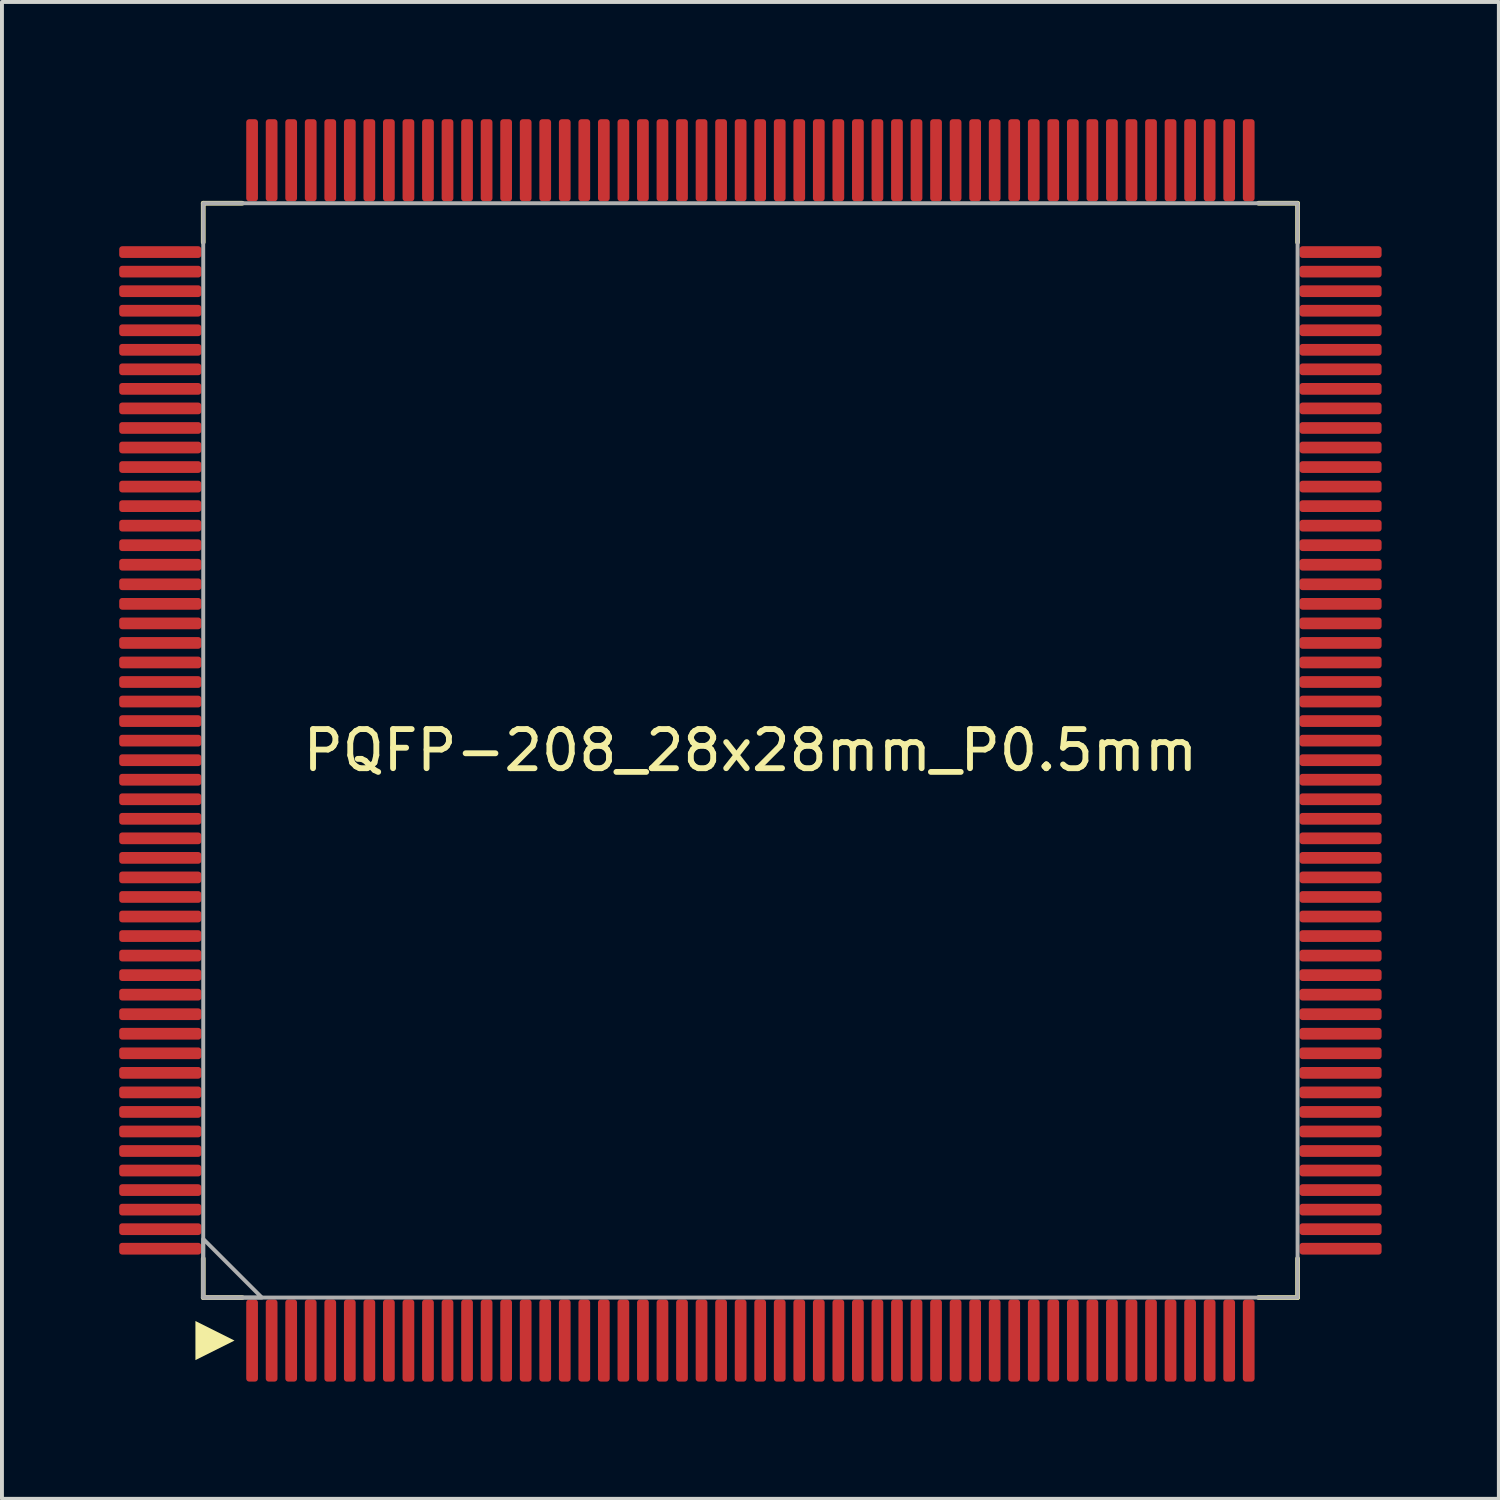
<source format=kicad_pcb>
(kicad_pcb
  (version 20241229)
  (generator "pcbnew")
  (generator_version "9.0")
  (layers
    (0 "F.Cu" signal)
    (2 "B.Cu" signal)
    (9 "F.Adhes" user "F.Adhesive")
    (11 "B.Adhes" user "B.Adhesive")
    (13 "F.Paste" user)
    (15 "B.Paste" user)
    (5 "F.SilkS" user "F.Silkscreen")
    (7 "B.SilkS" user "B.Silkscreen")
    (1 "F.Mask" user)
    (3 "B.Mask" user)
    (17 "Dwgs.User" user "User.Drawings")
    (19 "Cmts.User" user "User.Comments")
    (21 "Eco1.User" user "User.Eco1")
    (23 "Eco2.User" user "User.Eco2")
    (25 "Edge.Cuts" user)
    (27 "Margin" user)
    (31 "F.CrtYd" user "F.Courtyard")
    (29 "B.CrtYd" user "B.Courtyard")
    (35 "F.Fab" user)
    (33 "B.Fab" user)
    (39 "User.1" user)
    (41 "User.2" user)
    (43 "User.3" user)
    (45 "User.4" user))
  (footprint "PQFP-208_28x28mm_P0.5mm"
    (layer "F.Cu")
    (at 16.15 16.15)
    (property "Reference" "PQFP-208_28x28mm_P0.5mm" (at 0 0 0) (layer "F.SilkS") (effects (font (size 1 1) (thickness 0.15))))
    (attr smd)
    (fp_line (start -14 -13) (end -14 -14) (stroke (width 0.12) (type default)) (layer "F.SilkS"))
    (fp_line (start -14 13) (end -14 14) (stroke (width 0.12) (type default)) (layer "F.SilkS"))
    (fp_line (start -13 -14) (end -14 -14) (stroke (width 0.12) (type default)) (layer "F.SilkS"))
    (fp_line (start -13 14) (end -14 14) (stroke (width 0.12) (type default)) (layer "F.SilkS"))
    (fp_line (start 13 -14) (end 14 -14) (stroke (width 0.12) (type default)) (layer "F.SilkS"))
    (fp_line (start 13 14) (end 14 14) (stroke (width 0.12) (type default)) (layer "F.SilkS"))
    (fp_line (start 14 -13) (end 14 -14) (stroke (width 0.12) (type default)) (layer "F.SilkS"))
    (fp_line (start 14 13) (end 14 14) (stroke (width 0.12) (type default)) (layer "F.SilkS"))
    (fp_poly (pts (xy -14.2 15.6) (xy -14.2 14.6) (xy -13.2 15.1)) (stroke (width 0) (type solid)) (fill yes) (layer "F.SilkS"))
    (fp_rect (start -14 -14) (end 14 14) (stroke (width 0.1) (type default)) (fill no) (layer "F.Fab"))
    (fp_poly (pts (xy -14 12.5) (xy -12.5 14) (xy -14 14)) (stroke (width 0.1) (type solid)) (fill no) (layer "F.Fab"))
    (pad "1" smd roundrect (at -12.75 15.1) (size 0.3 2.1) (layers "F.Cu" "F.Mask" "F.Paste") (roundrect_rratio 0.25))
    (pad "2" smd roundrect (at -12.25 15.1) (size 0.3 2.1) (layers "F.Cu" "F.Mask" "F.Paste") (roundrect_rratio 0.25))
    (pad "3" smd roundrect (at -11.75 15.1) (size 0.3 2.1) (layers "F.Cu" "F.Mask" "F.Paste") (roundrect_rratio 0.25))
    (pad "4" smd roundrect (at -11.25 15.1) (size 0.3 2.1) (layers "F.Cu" "F.Mask" "F.Paste") (roundrect_rratio 0.25))
    (pad "5" smd roundrect (at -10.75 15.1) (size 0.3 2.1) (layers "F.Cu" "F.Mask" "F.Paste") (roundrect_rratio 0.25))
    (pad "6" smd roundrect (at -10.25 15.1) (size 0.3 2.1) (layers "F.Cu" "F.Mask" "F.Paste") (roundrect_rratio 0.25))
    (pad "7" smd roundrect (at -9.75 15.1) (size 0.3 2.1) (layers "F.Cu" "F.Mask" "F.Paste") (roundrect_rratio 0.25))
    (pad "8" smd roundrect (at -9.25 15.1) (size 0.3 2.1) (layers "F.Cu" "F.Mask" "F.Paste") (roundrect_rratio 0.25))
    (pad "9" smd roundrect (at -8.75 15.1) (size 0.3 2.1) (layers "F.Cu" "F.Mask" "F.Paste") (roundrect_rratio 0.25))
    (pad "10" smd roundrect (at -8.25 15.1) (size 0.3 2.1) (layers "F.Cu" "F.Mask" "F.Paste") (roundrect_rratio 0.25))
    (pad "11" smd roundrect (at -7.75 15.1) (size 0.3 2.1) (layers "F.Cu" "F.Mask" "F.Paste") (roundrect_rratio 0.25))
    (pad "12" smd roundrect (at -7.25 15.1) (size 0.3 2.1) (layers "F.Cu" "F.Mask" "F.Paste") (roundrect_rratio 0.25))
    (pad "13" smd roundrect (at -6.75 15.1) (size 0.3 2.1) (layers "F.Cu" "F.Mask" "F.Paste") (roundrect_rratio 0.25))
    (pad "14" smd roundrect (at -6.25 15.1) (size 0.3 2.1) (layers "F.Cu" "F.Mask" "F.Paste") (roundrect_rratio 0.25))
    (pad "15" smd roundrect (at -5.75 15.1) (size 0.3 2.1) (layers "F.Cu" "F.Mask" "F.Paste") (roundrect_rratio 0.25))
    (pad "16" smd roundrect (at -5.25 15.1) (size 0.3 2.1) (layers "F.Cu" "F.Mask" "F.Paste") (roundrect_rratio 0.25))
    (pad "17" smd roundrect (at -4.75 15.1) (size 0.3 2.1) (layers "F.Cu" "F.Mask" "F.Paste") (roundrect_rratio 0.25))
    (pad "18" smd roundrect (at -4.25 15.1) (size 0.3 2.1) (layers "F.Cu" "F.Mask" "F.Paste") (roundrect_rratio 0.25))
    (pad "19" smd roundrect (at -3.75 15.1) (size 0.3 2.1) (layers "F.Cu" "F.Mask" "F.Paste") (roundrect_rratio 0.25))
    (pad "20" smd roundrect (at -3.25 15.1) (size 0.3 2.1) (layers "F.Cu" "F.Mask" "F.Paste") (roundrect_rratio 0.25))
    (pad "21" smd roundrect (at -2.75 15.1) (size 0.3 2.1) (layers "F.Cu" "F.Mask" "F.Paste") (roundrect_rratio 0.25))
    (pad "22" smd roundrect (at -2.25 15.1) (size 0.3 2.1) (layers "F.Cu" "F.Mask" "F.Paste") (roundrect_rratio 0.25))
    (pad "23" smd roundrect (at -1.75 15.1) (size 0.3 2.1) (layers "F.Cu" "F.Mask" "F.Paste") (roundrect_rratio 0.25))
    (pad "24" smd roundrect (at -1.25 15.1) (size 0.3 2.1) (layers "F.Cu" "F.Mask" "F.Paste") (roundrect_rratio 0.25))
    (pad "25" smd roundrect (at -0.75 15.1) (size 0.3 2.1) (layers "F.Cu" "F.Mask" "F.Paste") (roundrect_rratio 0.25))
    (pad "26" smd roundrect (at -0.25 15.1) (size 0.3 2.1) (layers "F.Cu" "F.Mask" "F.Paste") (roundrect_rratio 0.25))
    (pad "27" smd roundrect (at 0.25 15.1) (size 0.3 2.1) (layers "F.Cu" "F.Mask" "F.Paste") (roundrect_rratio 0.25))
    (pad "28" smd roundrect (at 0.75 15.1) (size 0.3 2.1) (layers "F.Cu" "F.Mask" "F.Paste") (roundrect_rratio 0.25))
    (pad "29" smd roundrect (at 1.25 15.1) (size 0.3 2.1) (layers "F.Cu" "F.Mask" "F.Paste") (roundrect_rratio 0.25))
    (pad "30" smd roundrect (at 1.75 15.1) (size 0.3 2.1) (layers "F.Cu" "F.Mask" "F.Paste") (roundrect_rratio 0.25))
    (pad "31" smd roundrect (at 2.25 15.1) (size 0.3 2.1) (layers "F.Cu" "F.Mask" "F.Paste") (roundrect_rratio 0.25))
    (pad "32" smd roundrect (at 2.75 15.1) (size 0.3 2.1) (layers "F.Cu" "F.Mask" "F.Paste") (roundrect_rratio 0.25))
    (pad "33" smd roundrect (at 3.25 15.1) (size 0.3 2.1) (layers "F.Cu" "F.Mask" "F.Paste") (roundrect_rratio 0.25))
    (pad "34" smd roundrect (at 3.75 15.1) (size 0.3 2.1) (layers "F.Cu" "F.Mask" "F.Paste") (roundrect_rratio 0.25))
    (pad "35" smd roundrect (at 4.25 15.1) (size 0.3 2.1) (layers "F.Cu" "F.Mask" "F.Paste") (roundrect_rratio 0.25))
    (pad "36" smd roundrect (at 4.75 15.1) (size 0.3 2.1) (layers "F.Cu" "F.Mask" "F.Paste") (roundrect_rratio 0.25))
    (pad "37" smd roundrect (at 5.25 15.1) (size 0.3 2.1) (layers "F.Cu" "F.Mask" "F.Paste") (roundrect_rratio 0.25))
    (pad "38" smd roundrect (at 5.75 15.1) (size 0.3 2.1) (layers "F.Cu" "F.Mask" "F.Paste") (roundrect_rratio 0.25))
    (pad "39" smd roundrect (at 6.25 15.1) (size 0.3 2.1) (layers "F.Cu" "F.Mask" "F.Paste") (roundrect_rratio 0.25))
    (pad "40" smd roundrect (at 6.75 15.1) (size 0.3 2.1) (layers "F.Cu" "F.Mask" "F.Paste") (roundrect_rratio 0.25))
    (pad "41" smd roundrect (at 7.25 15.1) (size 0.3 2.1) (layers "F.Cu" "F.Mask" "F.Paste") (roundrect_rratio 0.25))
    (pad "42" smd roundrect (at 7.75 15.1) (size 0.3 2.1) (layers "F.Cu" "F.Mask" "F.Paste") (roundrect_rratio 0.25))
    (pad "43" smd roundrect (at 8.25 15.1) (size 0.3 2.1) (layers "F.Cu" "F.Mask" "F.Paste") (roundrect_rratio 0.25))
    (pad "44" smd roundrect (at 8.75 15.1) (size 0.3 2.1) (layers "F.Cu" "F.Mask" "F.Paste") (roundrect_rratio 0.25))
    (pad "45" smd roundrect (at 9.25 15.1) (size 0.3 2.1) (layers "F.Cu" "F.Mask" "F.Paste") (roundrect_rratio 0.25))
    (pad "46" smd roundrect (at 9.75 15.1) (size 0.3 2.1) (layers "F.Cu" "F.Mask" "F.Paste") (roundrect_rratio 0.25))
    (pad "47" smd roundrect (at 10.25 15.1) (size 0.3 2.1) (layers "F.Cu" "F.Mask" "F.Paste") (roundrect_rratio 0.25))
    (pad "48" smd roundrect (at 10.75 15.1) (size 0.3 2.1) (layers "F.Cu" "F.Mask" "F.Paste") (roundrect_rratio 0.25))
    (pad "49" smd roundrect (at 11.25 15.1) (size 0.3 2.1) (layers "F.Cu" "F.Mask" "F.Paste") (roundrect_rratio 0.25))
    (pad "50" smd roundrect (at 11.75 15.1) (size 0.3 2.1) (layers "F.Cu" "F.Mask" "F.Paste") (roundrect_rratio 0.25))
    (pad "51" smd roundrect (at 12.25 15.1) (size 0.3 2.1) (layers "F.Cu" "F.Mask" "F.Paste") (roundrect_rratio 0.25))
    (pad "52" smd roundrect (at 12.75 15.1) (size 0.3 2.1) (layers "F.Cu" "F.Mask" "F.Paste") (roundrect_rratio 0.25))
    (pad "53" smd roundrect (at 15.1 12.75 90) (size 0.3 2.1) (layers "F.Cu" "F.Mask" "F.Paste") (roundrect_rratio 0.25))
    (pad "54" smd roundrect (at 15.1 12.25 90) (size 0.3 2.1) (layers "F.Cu" "F.Mask" "F.Paste") (roundrect_rratio 0.25))
    (pad "55" smd roundrect (at 15.1 11.75 90) (size 0.3 2.1) (layers "F.Cu" "F.Mask" "F.Paste") (roundrect_rratio 0.25))
    (pad "56" smd roundrect (at 15.1 11.25 90) (size 0.3 2.1) (layers "F.Cu" "F.Mask" "F.Paste") (roundrect_rratio 0.25))
    (pad "57" smd roundrect (at 15.1 10.75 90) (size 0.3 2.1) (layers "F.Cu" "F.Mask" "F.Paste") (roundrect_rratio 0.25))
    (pad "58" smd roundrect (at 15.1 10.25 90) (size 0.3 2.1) (layers "F.Cu" "F.Mask" "F.Paste") (roundrect_rratio 0.25))
    (pad "59" smd roundrect (at 15.1 9.75 90) (size 0.3 2.1) (layers "F.Cu" "F.Mask" "F.Paste") (roundrect_rratio 0.25))
    (pad "60" smd roundrect (at 15.1 9.25 90) (size 0.3 2.1) (layers "F.Cu" "F.Mask" "F.Paste") (roundrect_rratio 0.25))
    (pad "61" smd roundrect (at 15.1 8.75 90) (size 0.3 2.1) (layers "F.Cu" "F.Mask" "F.Paste") (roundrect_rratio 0.25))
    (pad "62" smd roundrect (at 15.1 8.25 90) (size 0.3 2.1) (layers "F.Cu" "F.Mask" "F.Paste") (roundrect_rratio 0.25))
    (pad "63" smd roundrect (at 15.1 7.75 90) (size 0.3 2.1) (layers "F.Cu" "F.Mask" "F.Paste") (roundrect_rratio 0.25))
    (pad "64" smd roundrect (at 15.1 7.25 90) (size 0.3 2.1) (layers "F.Cu" "F.Mask" "F.Paste") (roundrect_rratio 0.25))
    (pad "65" smd roundrect (at 15.1 6.75 90) (size 0.3 2.1) (layers "F.Cu" "F.Mask" "F.Paste") (roundrect_rratio 0.25))
    (pad "66" smd roundrect (at 15.1 6.25 90) (size 0.3 2.1) (layers "F.Cu" "F.Mask" "F.Paste") (roundrect_rratio 0.25))
    (pad "67" smd roundrect (at 15.1 5.75 90) (size 0.3 2.1) (layers "F.Cu" "F.Mask" "F.Paste") (roundrect_rratio 0.25))
    (pad "68" smd roundrect (at 15.1 5.25 90) (size 0.3 2.1) (layers "F.Cu" "F.Mask" "F.Paste") (roundrect_rratio 0.25))
    (pad "69" smd roundrect (at 15.1 4.75 90) (size 0.3 2.1) (layers "F.Cu" "F.Mask" "F.Paste") (roundrect_rratio 0.25))
    (pad "70" smd roundrect (at 15.1 4.25 90) (size 0.3 2.1) (layers "F.Cu" "F.Mask" "F.Paste") (roundrect_rratio 0.25))
    (pad "71" smd roundrect (at 15.1 3.75 90) (size 0.3 2.1) (layers "F.Cu" "F.Mask" "F.Paste") (roundrect_rratio 0.25))
    (pad "72" smd roundrect (at 15.1 3.25 90) (size 0.3 2.1) (layers "F.Cu" "F.Mask" "F.Paste") (roundrect_rratio 0.25))
    (pad "73" smd roundrect (at 15.1 2.75 90) (size 0.3 2.1) (layers "F.Cu" "F.Mask" "F.Paste") (roundrect_rratio 0.25))
    (pad "74" smd roundrect (at 15.1 2.25 90) (size 0.3 2.1) (layers "F.Cu" "F.Mask" "F.Paste") (roundrect_rratio 0.25))
    (pad "75" smd roundrect (at 15.1 1.75 90) (size 0.3 2.1) (layers "F.Cu" "F.Mask" "F.Paste") (roundrect_rratio 0.25))
    (pad "76" smd roundrect (at 15.1 1.25 90) (size 0.3 2.1) (layers "F.Cu" "F.Mask" "F.Paste") (roundrect_rratio 0.25))
    (pad "77" smd roundrect (at 15.1 0.75 90) (size 0.3 2.1) (layers "F.Cu" "F.Mask" "F.Paste") (roundrect_rratio 0.25))
    (pad "78" smd roundrect (at 15.1 0.25 90) (size 0.3 2.1) (layers "F.Cu" "F.Mask" "F.Paste") (roundrect_rratio 0.25))
    (pad "79" smd roundrect (at 15.1 -0.25 90) (size 0.3 2.1) (layers "F.Cu" "F.Mask" "F.Paste") (roundrect_rratio 0.25))
    (pad "80" smd roundrect (at 15.1 -0.75 90) (size 0.3 2.1) (layers "F.Cu" "F.Mask" "F.Paste") (roundrect_rratio 0.25))
    (pad "81" smd roundrect (at 15.1 -1.25 90) (size 0.3 2.1) (layers "F.Cu" "F.Mask" "F.Paste") (roundrect_rratio 0.25))
    (pad "82" smd roundrect (at 15.1 -1.75 90) (size 0.3 2.1) (layers "F.Cu" "F.Mask" "F.Paste") (roundrect_rratio 0.25))
    (pad "83" smd roundrect (at 15.1 -2.25 90) (size 0.3 2.1) (layers "F.Cu" "F.Mask" "F.Paste") (roundrect_rratio 0.25))
    (pad "84" smd roundrect (at 15.1 -2.75 90) (size 0.3 2.1) (layers "F.Cu" "F.Mask" "F.Paste") (roundrect_rratio 0.25))
    (pad "85" smd roundrect (at 15.1 -3.25 90) (size 0.3 2.1) (layers "F.Cu" "F.Mask" "F.Paste") (roundrect_rratio 0.25))
    (pad "86" smd roundrect (at 15.1 -3.75 90) (size 0.3 2.1) (layers "F.Cu" "F.Mask" "F.Paste") (roundrect_rratio 0.25))
    (pad "87" smd roundrect (at 15.1 -4.25 90) (size 0.3 2.1) (layers "F.Cu" "F.Mask" "F.Paste") (roundrect_rratio 0.25))
    (pad "88" smd roundrect (at 15.1 -4.75 90) (size 0.3 2.1) (layers "F.Cu" "F.Mask" "F.Paste") (roundrect_rratio 0.25))
    (pad "89" smd roundrect (at 15.1 -5.25 90) (size 0.3 2.1) (layers "F.Cu" "F.Mask" "F.Paste") (roundrect_rratio 0.25))
    (pad "90" smd roundrect (at 15.1 -5.75 90) (size 0.3 2.1) (layers "F.Cu" "F.Mask" "F.Paste") (roundrect_rratio 0.25))
    (pad "91" smd roundrect (at 15.1 -6.25 90) (size 0.3 2.1) (layers "F.Cu" "F.Mask" "F.Paste") (roundrect_rratio 0.25))
    (pad "92" smd roundrect (at 15.1 -6.75 90) (size 0.3 2.1) (layers "F.Cu" "F.Mask" "F.Paste") (roundrect_rratio 0.25))
    (pad "93" smd roundrect (at 15.1 -7.25 90) (size 0.3 2.1) (layers "F.Cu" "F.Mask" "F.Paste") (roundrect_rratio 0.25))
    (pad "94" smd roundrect (at 15.1 -7.75 90) (size 0.3 2.1) (layers "F.Cu" "F.Mask" "F.Paste") (roundrect_rratio 0.25))
    (pad "95" smd roundrect (at 15.1 -8.25 90) (size 0.3 2.1) (layers "F.Cu" "F.Mask" "F.Paste") (roundrect_rratio 0.25))
    (pad "96" smd roundrect (at 15.1 -8.75 90) (size 0.3 2.1) (layers "F.Cu" "F.Mask" "F.Paste") (roundrect_rratio 0.25))
    (pad "97" smd roundrect (at 15.1 -9.25 90) (size 0.3 2.1) (layers "F.Cu" "F.Mask" "F.Paste") (roundrect_rratio 0.25))
    (pad "98" smd roundrect (at 15.1 -9.75 90) (size 0.3 2.1) (layers "F.Cu" "F.Mask" "F.Paste") (roundrect_rratio 0.25))
    (pad "99" smd roundrect (at 15.1 -10.25 90) (size 0.3 2.1) (layers "F.Cu" "F.Mask" "F.Paste") (roundrect_rratio 0.25))
    (pad "100" smd roundrect (at 15.1 -10.75 90) (size 0.3 2.1) (layers "F.Cu" "F.Mask" "F.Paste") (roundrect_rratio 0.25))
    (pad "101" smd roundrect (at 15.1 -11.25 90) (size 0.3 2.1) (layers "F.Cu" "F.Mask" "F.Paste") (roundrect_rratio 0.25))
    (pad "102" smd roundrect (at 15.1 -11.75 90) (size 0.3 2.1) (layers "F.Cu" "F.Mask" "F.Paste") (roundrect_rratio 0.25))
    (pad "103" smd roundrect (at 15.1 -12.25 90) (size 0.3 2.1) (layers "F.Cu" "F.Mask" "F.Paste") (roundrect_rratio 0.25))
    (pad "104" smd roundrect (at 15.1 -12.75 90) (size 0.3 2.1) (layers "F.Cu" "F.Mask" "F.Paste") (roundrect_rratio 0.25))
    (pad "105" smd roundrect (at 12.75 -15.1) (size 0.3 2.1) (layers "F.Cu" "F.Mask" "F.Paste") (roundrect_rratio 0.25))
    (pad "106" smd roundrect (at 12.25 -15.1) (size 0.3 2.1) (layers "F.Cu" "F.Mask" "F.Paste") (roundrect_rratio 0.25))
    (pad "107" smd roundrect (at 11.75 -15.1) (size 0.3 2.1) (layers "F.Cu" "F.Mask" "F.Paste") (roundrect_rratio 0.25))
    (pad "108" smd roundrect (at 11.25 -15.1) (size 0.3 2.1) (layers "F.Cu" "F.Mask" "F.Paste") (roundrect_rratio 0.25))
    (pad "109" smd roundrect (at 10.75 -15.1) (size 0.3 2.1) (layers "F.Cu" "F.Mask" "F.Paste") (roundrect_rratio 0.25))
    (pad "110" smd roundrect (at 10.25 -15.1) (size 0.3 2.1) (layers "F.Cu" "F.Mask" "F.Paste") (roundrect_rratio 0.25))
    (pad "111" smd roundrect (at 9.75 -15.1) (size 0.3 2.1) (layers "F.Cu" "F.Mask" "F.Paste") (roundrect_rratio 0.25))
    (pad "112" smd roundrect (at 9.25 -15.1) (size 0.3 2.1) (layers "F.Cu" "F.Mask" "F.Paste") (roundrect_rratio 0.25))
    (pad "113" smd roundrect (at 8.75 -15.1) (size 0.3 2.1) (layers "F.Cu" "F.Mask" "F.Paste") (roundrect_rratio 0.25))
    (pad "114" smd roundrect (at 8.25 -15.1) (size 0.3 2.1) (layers "F.Cu" "F.Mask" "F.Paste") (roundrect_rratio 0.25))
    (pad "115" smd roundrect (at 7.75 -15.1) (size 0.3 2.1) (layers "F.Cu" "F.Mask" "F.Paste") (roundrect_rratio 0.25))
    (pad "116" smd roundrect (at 7.25 -15.1) (size 0.3 2.1) (layers "F.Cu" "F.Mask" "F.Paste") (roundrect_rratio 0.25))
    (pad "117" smd roundrect (at 6.75 -15.1) (size 0.3 2.1) (layers "F.Cu" "F.Mask" "F.Paste") (roundrect_rratio 0.25))
    (pad "118" smd roundrect (at 6.25 -15.1) (size 0.3 2.1) (layers "F.Cu" "F.Mask" "F.Paste") (roundrect_rratio 0.25))
    (pad "119" smd roundrect (at 5.75 -15.1) (size 0.3 2.1) (layers "F.Cu" "F.Mask" "F.Paste") (roundrect_rratio 0.25))
    (pad "120" smd roundrect (at 5.25 -15.1) (size 0.3 2.1) (layers "F.Cu" "F.Mask" "F.Paste") (roundrect_rratio 0.25))
    (pad "121" smd roundrect (at 4.75 -15.1) (size 0.3 2.1) (layers "F.Cu" "F.Mask" "F.Paste") (roundrect_rratio 0.25))
    (pad "122" smd roundrect (at 4.25 -15.1) (size 0.3 2.1) (layers "F.Cu" "F.Mask" "F.Paste") (roundrect_rratio 0.25))
    (pad "123" smd roundrect (at 3.75 -15.1) (size 0.3 2.1) (layers "F.Cu" "F.Mask" "F.Paste") (roundrect_rratio 0.25))
    (pad "124" smd roundrect (at 3.25 -15.1) (size 0.3 2.1) (layers "F.Cu" "F.Mask" "F.Paste") (roundrect_rratio 0.25))
    (pad "125" smd roundrect (at 2.75 -15.1) (size 0.3 2.1) (layers "F.Cu" "F.Mask" "F.Paste") (roundrect_rratio 0.25))
    (pad "126" smd roundrect (at 2.25 -15.1) (size 0.3 2.1) (layers "F.Cu" "F.Mask" "F.Paste") (roundrect_rratio 0.25))
    (pad "127" smd roundrect (at 1.75 -15.1) (size 0.3 2.1) (layers "F.Cu" "F.Mask" "F.Paste") (roundrect_rratio 0.25))
    (pad "128" smd roundrect (at 1.25 -15.1) (size 0.3 2.1) (layers "F.Cu" "F.Mask" "F.Paste") (roundrect_rratio 0.25))
    (pad "129" smd roundrect (at 0.75 -15.1) (size 0.3 2.1) (layers "F.Cu" "F.Mask" "F.Paste") (roundrect_rratio 0.25))
    (pad "130" smd roundrect (at 0.25 -15.1) (size 0.3 2.1) (layers "F.Cu" "F.Mask" "F.Paste") (roundrect_rratio 0.25))
    (pad "131" smd roundrect (at -0.25 -15.1) (size 0.3 2.1) (layers "F.Cu" "F.Mask" "F.Paste") (roundrect_rratio 0.25))
    (pad "132" smd roundrect (at -0.75 -15.1) (size 0.3 2.1) (layers "F.Cu" "F.Mask" "F.Paste") (roundrect_rratio 0.25))
    (pad "133" smd roundrect (at -1.25 -15.1) (size 0.3 2.1) (layers "F.Cu" "F.Mask" "F.Paste") (roundrect_rratio 0.25))
    (pad "134" smd roundrect (at -1.75 -15.1) (size 0.3 2.1) (layers "F.Cu" "F.Mask" "F.Paste") (roundrect_rratio 0.25))
    (pad "135" smd roundrect (at -2.25 -15.1) (size 0.3 2.1) (layers "F.Cu" "F.Mask" "F.Paste") (roundrect_rratio 0.25))
    (pad "136" smd roundrect (at -2.75 -15.1) (size 0.3 2.1) (layers "F.Cu" "F.Mask" "F.Paste") (roundrect_rratio 0.25))
    (pad "137" smd roundrect (at -3.25 -15.1) (size 0.3 2.1) (layers "F.Cu" "F.Mask" "F.Paste") (roundrect_rratio 0.25))
    (pad "138" smd roundrect (at -3.75 -15.1) (size 0.3 2.1) (layers "F.Cu" "F.Mask" "F.Paste") (roundrect_rratio 0.25))
    (pad "139" smd roundrect (at -4.25 -15.1) (size 0.3 2.1) (layers "F.Cu" "F.Mask" "F.Paste") (roundrect_rratio 0.25))
    (pad "140" smd roundrect (at -4.75 -15.1) (size 0.3 2.1) (layers "F.Cu" "F.Mask" "F.Paste") (roundrect_rratio 0.25))
    (pad "141" smd roundrect (at -5.25 -15.1) (size 0.3 2.1) (layers "F.Cu" "F.Mask" "F.Paste") (roundrect_rratio 0.25))
    (pad "142" smd roundrect (at -5.75 -15.1) (size 0.3 2.1) (layers "F.Cu" "F.Mask" "F.Paste") (roundrect_rratio 0.25))
    (pad "143" smd roundrect (at -6.25 -15.1) (size 0.3 2.1) (layers "F.Cu" "F.Mask" "F.Paste") (roundrect_rratio 0.25))
    (pad "144" smd roundrect (at -6.75 -15.1) (size 0.3 2.1) (layers "F.Cu" "F.Mask" "F.Paste") (roundrect_rratio 0.25))
    (pad "145" smd roundrect (at -7.25 -15.1) (size 0.3 2.1) (layers "F.Cu" "F.Mask" "F.Paste") (roundrect_rratio 0.25))
    (pad "146" smd roundrect (at -7.75 -15.1) (size 0.3 2.1) (layers "F.Cu" "F.Mask" "F.Paste") (roundrect_rratio 0.25))
    (pad "147" smd roundrect (at -8.25 -15.1) (size 0.3 2.1) (layers "F.Cu" "F.Mask" "F.Paste") (roundrect_rratio 0.25))
    (pad "148" smd roundrect (at -8.75 -15.1) (size 0.3 2.1) (layers "F.Cu" "F.Mask" "F.Paste") (roundrect_rratio 0.25))
    (pad "149" smd roundrect (at -9.25 -15.1) (size 0.3 2.1) (layers "F.Cu" "F.Mask" "F.Paste") (roundrect_rratio 0.25))
    (pad "150" smd roundrect (at -9.75 -15.1) (size 0.3 2.1) (layers "F.Cu" "F.Mask" "F.Paste") (roundrect_rratio 0.25))
    (pad "151" smd roundrect (at -10.25 -15.1) (size 0.3 2.1) (layers "F.Cu" "F.Mask" "F.Paste") (roundrect_rratio 0.25))
    (pad "152" smd roundrect (at -10.75 -15.1) (size 0.3 2.1) (layers "F.Cu" "F.Mask" "F.Paste") (roundrect_rratio 0.25))
    (pad "153" smd roundrect (at -11.25 -15.1) (size 0.3 2.1) (layers "F.Cu" "F.Mask" "F.Paste") (roundrect_rratio 0.25))
    (pad "154" smd roundrect (at -11.75 -15.1) (size 0.3 2.1) (layers "F.Cu" "F.Mask" "F.Paste") (roundrect_rratio 0.25))
    (pad "155" smd roundrect (at -12.25 -15.1) (size 0.3 2.1) (layers "F.Cu" "F.Mask" "F.Paste") (roundrect_rratio 0.25))
    (pad "156" smd roundrect (at -12.75 -15.1) (size 0.3 2.1) (layers "F.Cu" "F.Mask" "F.Paste") (roundrect_rratio 0.25))
    (pad "157" smd roundrect (at -15.1 -12.75 90) (size 0.3 2.1) (layers "F.Cu" "F.Mask" "F.Paste") (roundrect_rratio 0.25))
    (pad "158" smd roundrect (at -15.1 -12.25 90) (size 0.3 2.1) (layers "F.Cu" "F.Mask" "F.Paste") (roundrect_rratio 0.25))
    (pad "159" smd roundrect (at -15.1 -11.75 90) (size 0.3 2.1) (layers "F.Cu" "F.Mask" "F.Paste") (roundrect_rratio 0.25))
    (pad "160" smd roundrect (at -15.1 -11.25 90) (size 0.3 2.1) (layers "F.Cu" "F.Mask" "F.Paste") (roundrect_rratio 0.25))
    (pad "161" smd roundrect (at -15.1 -10.75 90) (size 0.3 2.1) (layers "F.Cu" "F.Mask" "F.Paste") (roundrect_rratio 0.25))
    (pad "162" smd roundrect (at -15.1 -10.25 90) (size 0.3 2.1) (layers "F.Cu" "F.Mask" "F.Paste") (roundrect_rratio 0.25))
    (pad "163" smd roundrect (at -15.1 -9.75 90) (size 0.3 2.1) (layers "F.Cu" "F.Mask" "F.Paste") (roundrect_rratio 0.25))
    (pad "164" smd roundrect (at -15.1 -9.25 90) (size 0.3 2.1) (layers "F.Cu" "F.Mask" "F.Paste") (roundrect_rratio 0.25))
    (pad "165" smd roundrect (at -15.1 -8.75 90) (size 0.3 2.1) (layers "F.Cu" "F.Mask" "F.Paste") (roundrect_rratio 0.25))
    (pad "166" smd roundrect (at -15.1 -8.25 90) (size 0.3 2.1) (layers "F.Cu" "F.Mask" "F.Paste") (roundrect_rratio 0.25))
    (pad "167" smd roundrect (at -15.1 -7.75 90) (size 0.3 2.1) (layers "F.Cu" "F.Mask" "F.Paste") (roundrect_rratio 0.25))
    (pad "168" smd roundrect (at -15.1 -7.25 90) (size 0.3 2.1) (layers "F.Cu" "F.Mask" "F.Paste") (roundrect_rratio 0.25))
    (pad "169" smd roundrect (at -15.1 -6.75 90) (size 0.3 2.1) (layers "F.Cu" "F.Mask" "F.Paste") (roundrect_rratio 0.25))
    (pad "170" smd roundrect (at -15.1 -6.25 90) (size 0.3 2.1) (layers "F.Cu" "F.Mask" "F.Paste") (roundrect_rratio 0.25))
    (pad "171" smd roundrect (at -15.1 -5.75 90) (size 0.3 2.1) (layers "F.Cu" "F.Mask" "F.Paste") (roundrect_rratio 0.25))
    (pad "172" smd roundrect (at -15.1 -5.25 90) (size 0.3 2.1) (layers "F.Cu" "F.Mask" "F.Paste") (roundrect_rratio 0.25))
    (pad "173" smd roundrect (at -15.1 -4.75 90) (size 0.3 2.1) (layers "F.Cu" "F.Mask" "F.Paste") (roundrect_rratio 0.25))
    (pad "174" smd roundrect (at -15.1 -4.25 90) (size 0.3 2.1) (layers "F.Cu" "F.Mask" "F.Paste") (roundrect_rratio 0.25))
    (pad "175" smd roundrect (at -15.1 -3.75 90) (size 0.3 2.1) (layers "F.Cu" "F.Mask" "F.Paste") (roundrect_rratio 0.25))
    (pad "176" smd roundrect (at -15.1 -3.25 90) (size 0.3 2.1) (layers "F.Cu" "F.Mask" "F.Paste") (roundrect_rratio 0.25))
    (pad "177" smd roundrect (at -15.1 -2.75 90) (size 0.3 2.1) (layers "F.Cu" "F.Mask" "F.Paste") (roundrect_rratio 0.25))
    (pad "178" smd roundrect (at -15.1 -2.25 90) (size 0.3 2.1) (layers "F.Cu" "F.Mask" "F.Paste") (roundrect_rratio 0.25))
    (pad "179" smd roundrect (at -15.1 -1.75 90) (size 0.3 2.1) (layers "F.Cu" "F.Mask" "F.Paste") (roundrect_rratio 0.25))
    (pad "180" smd roundrect (at -15.1 -1.25 90) (size 0.3 2.1) (layers "F.Cu" "F.Mask" "F.Paste") (roundrect_rratio 0.25))
    (pad "181" smd roundrect (at -15.1 -0.75 90) (size 0.3 2.1) (layers "F.Cu" "F.Mask" "F.Paste") (roundrect_rratio 0.25))
    (pad "182" smd roundrect (at -15.1 -0.25 90) (size 0.3 2.1) (layers "F.Cu" "F.Mask" "F.Paste") (roundrect_rratio 0.25))
    (pad "183" smd roundrect (at -15.1 0.25 90) (size 0.3 2.1) (layers "F.Cu" "F.Mask" "F.Paste") (roundrect_rratio 0.25))
    (pad "184" smd roundrect (at -15.1 0.75 90) (size 0.3 2.1) (layers "F.Cu" "F.Mask" "F.Paste") (roundrect_rratio 0.25))
    (pad "185" smd roundrect (at -15.1 1.25 90) (size 0.3 2.1) (layers "F.Cu" "F.Mask" "F.Paste") (roundrect_rratio 0.25))
    (pad "186" smd roundrect (at -15.1 1.75 90) (size 0.3 2.1) (layers "F.Cu" "F.Mask" "F.Paste") (roundrect_rratio 0.25))
    (pad "187" smd roundrect (at -15.1 2.25 90) (size 0.3 2.1) (layers "F.Cu" "F.Mask" "F.Paste") (roundrect_rratio 0.25))
    (pad "188" smd roundrect (at -15.1 2.75 90) (size 0.3 2.1) (layers "F.Cu" "F.Mask" "F.Paste") (roundrect_rratio 0.25))
    (pad "189" smd roundrect (at -15.1 3.25 90) (size 0.3 2.1) (layers "F.Cu" "F.Mask" "F.Paste") (roundrect_rratio 0.25))
    (pad "190" smd roundrect (at -15.1 3.75 90) (size 0.3 2.1) (layers "F.Cu" "F.Mask" "F.Paste") (roundrect_rratio 0.25))
    (pad "191" smd roundrect (at -15.1 4.25 90) (size 0.3 2.1) (layers "F.Cu" "F.Mask" "F.Paste") (roundrect_rratio 0.25))
    (pad "192" smd roundrect (at -15.1 4.75 90) (size 0.3 2.1) (layers "F.Cu" "F.Mask" "F.Paste") (roundrect_rratio 0.25))
    (pad "193" smd roundrect (at -15.1 5.25 90) (size 0.3 2.1) (layers "F.Cu" "F.Mask" "F.Paste") (roundrect_rratio 0.25))
    (pad "194" smd roundrect (at -15.1 5.75 90) (size 0.3 2.1) (layers "F.Cu" "F.Mask" "F.Paste") (roundrect_rratio 0.25))
    (pad "195" smd roundrect (at -15.1 6.25 90) (size 0.3 2.1) (layers "F.Cu" "F.Mask" "F.Paste") (roundrect_rratio 0.25))
    (pad "196" smd roundrect (at -15.1 6.75 90) (size 0.3 2.1) (layers "F.Cu" "F.Mask" "F.Paste") (roundrect_rratio 0.25))
    (pad "197" smd roundrect (at -15.1 7.25 90) (size 0.3 2.1) (layers "F.Cu" "F.Mask" "F.Paste") (roundrect_rratio 0.25))
    (pad "198" smd roundrect (at -15.1 7.75 90) (size 0.3 2.1) (layers "F.Cu" "F.Mask" "F.Paste") (roundrect_rratio 0.25))
    (pad "199" smd roundrect (at -15.1 8.25 90) (size 0.3 2.1) (layers "F.Cu" "F.Mask" "F.Paste") (roundrect_rratio 0.25))
    (pad "200" smd roundrect (at -15.1 8.75 90) (size 0.3 2.1) (layers "F.Cu" "F.Mask" "F.Paste") (roundrect_rratio 0.25))
    (pad "201" smd roundrect (at -15.1 9.25 90) (size 0.3 2.1) (layers "F.Cu" "F.Mask" "F.Paste") (roundrect_rratio 0.25))
    (pad "202" smd roundrect (at -15.1 9.75 90) (size 0.3 2.1) (layers "F.Cu" "F.Mask" "F.Paste") (roundrect_rratio 0.25))
    (pad "203" smd roundrect (at -15.1 10.25 90) (size 0.3 2.1) (layers "F.Cu" "F.Mask" "F.Paste") (roundrect_rratio 0.25))
    (pad "204" smd roundrect (at -15.1 10.75 90) (size 0.3 2.1) (layers "F.Cu" "F.Mask" "F.Paste") (roundrect_rratio 0.25))
    (pad "205" smd roundrect (at -15.1 11.25 90) (size 0.3 2.1) (layers "F.Cu" "F.Mask" "F.Paste") (roundrect_rratio 0.25))
    (pad "206" smd roundrect (at -15.1 11.75 90) (size 0.3 2.1) (layers "F.Cu" "F.Mask" "F.Paste") (roundrect_rratio 0.25))
    (pad "207" smd roundrect (at -15.1 12.25 90) (size 0.3 2.1) (layers "F.Cu" "F.Mask" "F.Paste") (roundrect_rratio 0.25))
    (pad "208" smd roundrect (at -15.1 12.75 90) (size 0.3 2.1) (layers "F.Cu" "F.Mask" "F.Paste") (roundrect_rratio 0.25)))
  (gr_rect
    (start -3 -3)
    (end 35.3 35.3)
    (stroke (width 0.1) (type default))
    (fill no)
    (layer "Edge.Cuts")))
</source>
